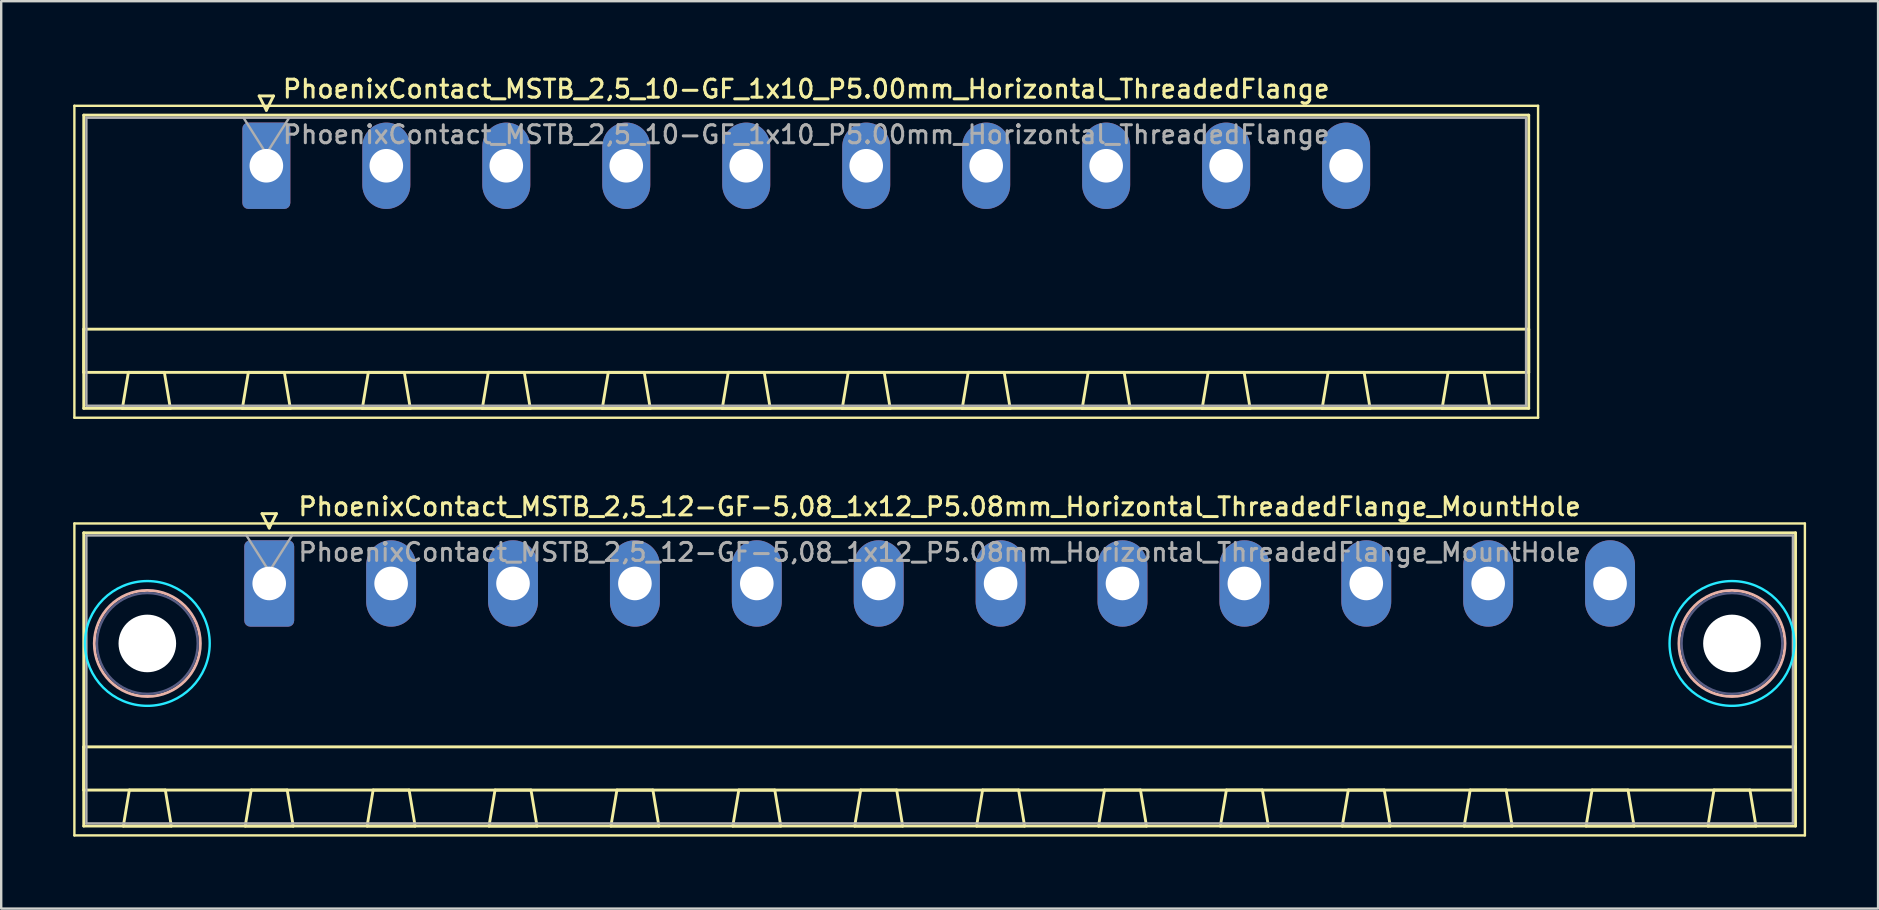
<source format=kicad_pcb>
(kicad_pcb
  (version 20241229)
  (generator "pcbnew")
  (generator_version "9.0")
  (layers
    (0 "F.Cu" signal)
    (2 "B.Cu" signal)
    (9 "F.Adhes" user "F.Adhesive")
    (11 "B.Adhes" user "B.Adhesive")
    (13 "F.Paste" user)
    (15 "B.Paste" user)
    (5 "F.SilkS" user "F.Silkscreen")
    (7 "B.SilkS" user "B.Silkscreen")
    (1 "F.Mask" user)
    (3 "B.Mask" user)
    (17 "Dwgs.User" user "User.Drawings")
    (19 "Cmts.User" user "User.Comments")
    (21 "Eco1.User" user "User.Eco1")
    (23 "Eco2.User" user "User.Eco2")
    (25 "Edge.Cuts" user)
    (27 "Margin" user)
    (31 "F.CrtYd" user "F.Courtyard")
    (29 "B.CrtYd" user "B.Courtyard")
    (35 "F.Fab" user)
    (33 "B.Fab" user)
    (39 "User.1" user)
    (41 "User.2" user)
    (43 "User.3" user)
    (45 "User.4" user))
  (footprint "PhoenixContact_MSTB_2,5_10-GF_1x10_P5.00mm_Horizontal_ThreadedFlange"
    (layer "F.Cu")
    (at 8.05 3.858)
    (property "Reference" "PhoenixContact_MSTB_2,5_10-GF_1x10_P5.00mm_Horizontal_ThreadedFlange" (at 22.5 -3.2 0) (layer "F.SilkS") (effects (font (size 0.75 0.75) (thickness 0.125))))
    (attr through_hole)
    (fp_line (start -8 -2.5) (end -8 10.5) (stroke (width 0.1) (type solid)) (layer "F.SilkS"))
    (fp_line (start -8 10.5) (end 53 10.5) (stroke (width 0.1) (type solid)) (layer "F.SilkS"))
    (fp_line (start -7.61 -2.11) (end -7.61 10.11) (stroke (width 0.12) (type solid)) (layer "F.SilkS"))
    (fp_line (start -7.61 6.81) (end 52.61 6.81) (stroke (width 0.12) (type solid)) (layer "F.SilkS"))
    (fp_line (start -7.61 8.61) (end -7.61 6.81) (stroke (width 0.12) (type solid)) (layer "F.SilkS"))
    (fp_line (start -7.61 10.11) (end 52.61 10.11) (stroke (width 0.12) (type solid)) (layer "F.SilkS"))
    (fp_line (start -6 10.11) (end -4 10.11) (stroke (width 0.12) (type solid)) (layer "F.SilkS"))
    (fp_line (start -5.75 8.61) (end -6 10.11) (stroke (width 0.12) (type solid)) (layer "F.SilkS"))
    (fp_line (start -4.25 8.61) (end -5.75 8.61) (stroke (width 0.12) (type solid)) (layer "F.SilkS"))
    (fp_line (start -4 10.11) (end -4.25 8.61) (stroke (width 0.12) (type solid)) (layer "F.SilkS"))
    (fp_line (start -1 10.11) (end 1 10.11) (stroke (width 0.12) (type solid)) (layer "F.SilkS"))
    (fp_line (start -0.75 8.61) (end -1 10.11) (stroke (width 0.12) (type solid)) (layer "F.SilkS"))
    (fp_line (start -0.3 -2.91) (end 0.3 -2.91) (stroke (width 0.12) (type solid)) (layer "F.SilkS"))
    (fp_line (start 0 -2.31) (end -0.3 -2.91) (stroke (width 0.12) (type solid)) (layer "F.SilkS"))
    (fp_line (start 0.3 -2.91) (end 0 -2.31) (stroke (width 0.12) (type solid)) (layer "F.SilkS"))
    (fp_line (start 0.75 8.61) (end -0.75 8.61) (stroke (width 0.12) (type solid)) (layer "F.SilkS"))
    (fp_line (start 1 10.11) (end 0.75 8.61) (stroke (width 0.12) (type solid)) (layer "F.SilkS"))
    (fp_line (start 4 10.11) (end 6 10.11) (stroke (width 0.12) (type solid)) (layer "F.SilkS"))
    (fp_line (start 4.25 8.61) (end 4 10.11) (stroke (width 0.12) (type solid)) (layer "F.SilkS"))
    (fp_line (start 5.75 8.61) (end 4.25 8.61) (stroke (width 0.12) (type solid)) (layer "F.SilkS"))
    (fp_line (start 6 10.11) (end 5.75 8.61) (stroke (width 0.12) (type solid)) (layer "F.SilkS"))
    (fp_line (start 9 10.11) (end 11 10.11) (stroke (width 0.12) (type solid)) (layer "F.SilkS"))
    (fp_line (start 9.25 8.61) (end 9 10.11) (stroke (width 0.12) (type solid)) (layer "F.SilkS"))
    (fp_line (start 10.75 8.61) (end 9.25 8.61) (stroke (width 0.12) (type solid)) (layer "F.SilkS"))
    (fp_line (start 11 10.11) (end 10.75 8.61) (stroke (width 0.12) (type solid)) (layer "F.SilkS"))
    (fp_line (start 14 10.11) (end 16 10.11) (stroke (width 0.12) (type solid)) (layer "F.SilkS"))
    (fp_line (start 14.25 8.61) (end 14 10.11) (stroke (width 0.12) (type solid)) (layer "F.SilkS"))
    (fp_line (start 15.75 8.61) (end 14.25 8.61) (stroke (width 0.12) (type solid)) (layer "F.SilkS"))
    (fp_line (start 16 10.11) (end 15.75 8.61) (stroke (width 0.12) (type solid)) (layer "F.SilkS"))
    (fp_line (start 19 10.11) (end 21 10.11) (stroke (width 0.12) (type solid)) (layer "F.SilkS"))
    (fp_line (start 19.25 8.61) (end 19 10.11) (stroke (width 0.12) (type solid)) (layer "F.SilkS"))
    (fp_line (start 20.75 8.61) (end 19.25 8.61) (stroke (width 0.12) (type solid)) (layer "F.SilkS"))
    (fp_line (start 21 10.11) (end 20.75 8.61) (stroke (width 0.12) (type solid)) (layer "F.SilkS"))
    (fp_line (start 24 10.11) (end 26 10.11) (stroke (width 0.12) (type solid)) (layer "F.SilkS"))
    (fp_line (start 24.25 8.61) (end 24 10.11) (stroke (width 0.12) (type solid)) (layer "F.SilkS"))
    (fp_line (start 25.75 8.61) (end 24.25 8.61) (stroke (width 0.12) (type solid)) (layer "F.SilkS"))
    (fp_line (start 26 10.11) (end 25.75 8.61) (stroke (width 0.12) (type solid)) (layer "F.SilkS"))
    (fp_line (start 29 10.11) (end 31 10.11) (stroke (width 0.12) (type solid)) (layer "F.SilkS"))
    (fp_line (start 29.25 8.61) (end 29 10.11) (stroke (width 0.12) (type solid)) (layer "F.SilkS"))
    (fp_line (start 30.75 8.61) (end 29.25 8.61) (stroke (width 0.12) (type solid)) (layer "F.SilkS"))
    (fp_line (start 31 10.11) (end 30.75 8.61) (stroke (width 0.12) (type solid)) (layer "F.SilkS"))
    (fp_line (start 34 10.11) (end 36 10.11) (stroke (width 0.12) (type solid)) (layer "F.SilkS"))
    (fp_line (start 34.25 8.61) (end 34 10.11) (stroke (width 0.12) (type solid)) (layer "F.SilkS"))
    (fp_line (start 35.75 8.61) (end 34.25 8.61) (stroke (width 0.12) (type solid)) (layer "F.SilkS"))
    (fp_line (start 36 10.11) (end 35.75 8.61) (stroke (width 0.12) (type solid)) (layer "F.SilkS"))
    (fp_line (start 39 10.11) (end 41 10.11) (stroke (width 0.12) (type solid)) (layer "F.SilkS"))
    (fp_line (start 39.25 8.61) (end 39 10.11) (stroke (width 0.12) (type solid)) (layer "F.SilkS"))
    (fp_line (start 40.75 8.61) (end 39.25 8.61) (stroke (width 0.12) (type solid)) (layer "F.SilkS"))
    (fp_line (start 41 10.11) (end 40.75 8.61) (stroke (width 0.12) (type solid)) (layer "F.SilkS"))
    (fp_line (start 44 10.11) (end 46 10.11) (stroke (width 0.12) (type solid)) (layer "F.SilkS"))
    (fp_line (start 44.25 8.61) (end 44 10.11) (stroke (width 0.12) (type solid)) (layer "F.SilkS"))
    (fp_line (start 45.75 8.61) (end 44.25 8.61) (stroke (width 0.12) (type solid)) (layer "F.SilkS"))
    (fp_line (start 46 10.11) (end 45.75 8.61) (stroke (width 0.12) (type solid)) (layer "F.SilkS"))
    (fp_line (start 49 10.11) (end 51 10.11) (stroke (width 0.12) (type solid)) (layer "F.SilkS"))
    (fp_line (start 49.25 8.61) (end 49 10.11) (stroke (width 0.12) (type solid)) (layer "F.SilkS"))
    (fp_line (start 50.75 8.61) (end 49.25 8.61) (stroke (width 0.12) (type solid)) (layer "F.SilkS"))
    (fp_line (start 51 10.11) (end 50.75 8.61) (stroke (width 0.12) (type solid)) (layer "F.SilkS"))
    (fp_line (start 52.61 -2.11) (end -7.61 -2.11) (stroke (width 0.12) (type solid)) (layer "F.SilkS"))
    (fp_line (start 52.61 6.81) (end 52.61 8.61) (stroke (width 0.12) (type solid)) (layer "F.SilkS"))
    (fp_line (start 52.61 8.61) (end -7.61 8.61) (stroke (width 0.12) (type solid)) (layer "F.SilkS"))
    (fp_line (start 52.61 10.11) (end 52.61 -2.11) (stroke (width 0.12) (type solid)) (layer "F.SilkS"))
    (fp_line (start 53 -2.5) (end -8 -2.5) (stroke (width 0.1) (type solid)) (layer "F.SilkS"))
    (fp_line (start 53 10.5) (end 53 -2.5) (stroke (width 0.1) (type solid)) (layer "F.SilkS"))
    (fp_line (start -7.5 -2) (end -7.5 10) (stroke (width 0.1) (type solid)) (layer "F.Fab"))
    (fp_line (start -7.5 10) (end 52.5 10) (stroke (width 0.1) (type solid)) (layer "F.Fab"))
    (fp_line (start 0 -0.5) (end -0.95 -2) (stroke (width 0.1) (type solid)) (layer "F.Fab"))
    (fp_line (start 0.95 -2) (end 0 -0.5) (stroke (width 0.1) (type solid)) (layer "F.Fab"))
    (fp_line (start 52.5 -2) (end -7.5 -2) (stroke (width 0.1) (type solid)) (layer "F.Fab"))
    (fp_line (start 52.5 10) (end 52.5 -2) (stroke (width 0.1) (type solid)) (layer "F.Fab"))
    (fp_text user "${REFERENCE}" (at 22.5 -1.3 0) (layer "F.Fab") (effects (font (size 0.75 0.75) (thickness 0.125))))
    (pad "1" thru_hole roundrect (at 0 0) (size 2 3.6) (drill 1.4) (layers "*.Cu" "*.Mask") (roundrect_rratio 0.125))
    (pad "2" thru_hole oval (at 5 0) (size 2 3.6) (drill 1.4) (layers "*.Cu" "*.Mask"))
    (pad "3" thru_hole oval (at 10 0) (size 2 3.6) (drill 1.4) (layers "*.Cu" "*.Mask"))
    (pad "4" thru_hole oval (at 15 0) (size 2 3.6) (drill 1.4) (layers "*.Cu" "*.Mask"))
    (pad "5" thru_hole oval (at 20 0) (size 2 3.6) (drill 1.4) (layers "*.Cu" "*.Mask"))
    (pad "6" thru_hole oval (at 25 0) (size 2 3.6) (drill 1.4) (layers "*.Cu" "*.Mask"))
    (pad "7" thru_hole oval (at 30 0) (size 2 3.6) (drill 1.4) (layers "*.Cu" "*.Mask"))
    (pad "8" thru_hole oval (at 35 0) (size 2 3.6) (drill 1.4) (layers "*.Cu" "*.Mask"))
    (pad "9" thru_hole oval (at 40 0) (size 2 3.6) (drill 1.4) (layers "*.Cu" "*.Mask"))
    (pad "10" thru_hole oval (at 45 0) (size 2 3.6) (drill 1.4) (layers "*.Cu" "*.Mask")))
  (footprint "PhoenixContact_MSTB_2,5_12-GF-5,08_1x12_P5.08mm_Horizontal_ThreadedFlange_MountHole"
    (layer "F.Cu")
    (at 8.17 21.266)
    (property "Reference" "PhoenixContact_MSTB_2,5_12-GF-5,08_1x12_P5.08mm_Horizontal_ThreadedFlange_MountHole" (at 27.94 -3.2 0) (layer "F.SilkS") (effects (font (size 0.75 0.75) (thickness 0.125))))
    (attr through_hole)
    (fp_line (start -8.12 -2.5) (end -8.12 10.5) (stroke (width 0.1) (type solid)) (layer "F.SilkS"))
    (fp_line (start -8.12 10.5) (end 64 10.5) (stroke (width 0.1) (type solid)) (layer "F.SilkS"))
    (fp_line (start -7.73 -2.11) (end -7.73 10.11) (stroke (width 0.12) (type solid)) (layer "F.SilkS"))
    (fp_line (start -7.73 6.81) (end 63.61 6.81) (stroke (width 0.12) (type solid)) (layer "F.SilkS"))
    (fp_line (start -7.73 8.61) (end -7.73 6.81) (stroke (width 0.12) (type solid)) (layer "F.SilkS"))
    (fp_line (start -7.73 10.11) (end 63.61 10.11) (stroke (width 0.12) (type solid)) (layer "F.SilkS"))
    (fp_line (start -6.08 10.11) (end -4.08 10.11) (stroke (width 0.12) (type solid)) (layer "F.SilkS"))
    (fp_line (start -5.83 8.61) (end -6.08 10.11) (stroke (width 0.12) (type solid)) (layer "F.SilkS"))
    (fp_line (start -4.33 8.61) (end -5.83 8.61) (stroke (width 0.12) (type solid)) (layer "F.SilkS"))
    (fp_line (start -4.08 10.11) (end -4.33 8.61) (stroke (width 0.12) (type solid)) (layer "F.SilkS"))
    (fp_line (start -1 10.11) (end 1 10.11) (stroke (width 0.12) (type solid)) (layer "F.SilkS"))
    (fp_line (start -0.75 8.61) (end -1 10.11) (stroke (width 0.12) (type solid)) (layer "F.SilkS"))
    (fp_line (start -0.3 -2.91) (end 0.3 -2.91) (stroke (width 0.12) (type solid)) (layer "F.SilkS"))
    (fp_line (start 0 -2.31) (end -0.3 -2.91) (stroke (width 0.12) (type solid)) (layer "F.SilkS"))
    (fp_line (start 0.3 -2.91) (end 0 -2.31) (stroke (width 0.12) (type solid)) (layer "F.SilkS"))
    (fp_line (start 0.75 8.61) (end -0.75 8.61) (stroke (width 0.12) (type solid)) (layer "F.SilkS"))
    (fp_line (start 1 10.11) (end 0.75 8.61) (stroke (width 0.12) (type solid)) (layer "F.SilkS"))
    (fp_line (start 4.08 10.11) (end 6.08 10.11) (stroke (width 0.12) (type solid)) (layer "F.SilkS"))
    (fp_line (start 4.33 8.61) (end 4.08 10.11) (stroke (width 0.12) (type solid)) (layer "F.SilkS"))
    (fp_line (start 5.83 8.61) (end 4.33 8.61) (stroke (width 0.12) (type solid)) (layer "F.SilkS"))
    (fp_line (start 6.08 10.11) (end 5.83 8.61) (stroke (width 0.12) (type solid)) (layer "F.SilkS"))
    (fp_line (start 9.16 10.11) (end 11.16 10.11) (stroke (width 0.12) (type solid)) (layer "F.SilkS"))
    (fp_line (start 9.41 8.61) (end 9.16 10.11) (stroke (width 0.12) (type solid)) (layer "F.SilkS"))
    (fp_line (start 10.91 8.61) (end 9.41 8.61) (stroke (width 0.12) (type solid)) (layer "F.SilkS"))
    (fp_line (start 11.16 10.11) (end 10.91 8.61) (stroke (width 0.12) (type solid)) (layer "F.SilkS"))
    (fp_line (start 14.24 10.11) (end 16.24 10.11) (stroke (width 0.12) (type solid)) (layer "F.SilkS"))
    (fp_line (start 14.49 8.61) (end 14.24 10.11) (stroke (width 0.12) (type solid)) (layer "F.SilkS"))
    (fp_line (start 15.99 8.61) (end 14.49 8.61) (stroke (width 0.12) (type solid)) (layer "F.SilkS"))
    (fp_line (start 16.24 10.11) (end 15.99 8.61) (stroke (width 0.12) (type solid)) (layer "F.SilkS"))
    (fp_line (start 19.32 10.11) (end 21.32 10.11) (stroke (width 0.12) (type solid)) (layer "F.SilkS"))
    (fp_line (start 19.57 8.61) (end 19.32 10.11) (stroke (width 0.12) (type solid)) (layer "F.SilkS"))
    (fp_line (start 21.07 8.61) (end 19.57 8.61) (stroke (width 0.12) (type solid)) (layer "F.SilkS"))
    (fp_line (start 21.32 10.11) (end 21.07 8.61) (stroke (width 0.12) (type solid)) (layer "F.SilkS"))
    (fp_line (start 24.4 10.11) (end 26.4 10.11) (stroke (width 0.12) (type solid)) (layer "F.SilkS"))
    (fp_line (start 24.65 8.61) (end 24.4 10.11) (stroke (width 0.12) (type solid)) (layer "F.SilkS"))
    (fp_line (start 26.15 8.61) (end 24.65 8.61) (stroke (width 0.12) (type solid)) (layer "F.SilkS"))
    (fp_line (start 26.4 10.11) (end 26.15 8.61) (stroke (width 0.12) (type solid)) (layer "F.SilkS"))
    (fp_line (start 29.48 10.11) (end 31.48 10.11) (stroke (width 0.12) (type solid)) (layer "F.SilkS"))
    (fp_line (start 29.73 8.61) (end 29.48 10.11) (stroke (width 0.12) (type solid)) (layer "F.SilkS"))
    (fp_line (start 31.23 8.61) (end 29.73 8.61) (stroke (width 0.12) (type solid)) (layer "F.SilkS"))
    (fp_line (start 31.48 10.11) (end 31.23 8.61) (stroke (width 0.12) (type solid)) (layer "F.SilkS"))
    (fp_line (start 34.56 10.11) (end 36.56 10.11) (stroke (width 0.12) (type solid)) (layer "F.SilkS"))
    (fp_line (start 34.81 8.61) (end 34.56 10.11) (stroke (width 0.12) (type solid)) (layer "F.SilkS"))
    (fp_line (start 36.31 8.61) (end 34.81 8.61) (stroke (width 0.12) (type solid)) (layer "F.SilkS"))
    (fp_line (start 36.56 10.11) (end 36.31 8.61) (stroke (width 0.12) (type solid)) (layer "F.SilkS"))
    (fp_line (start 39.64 10.11) (end 41.64 10.11) (stroke (width 0.12) (type solid)) (layer "F.SilkS"))
    (fp_line (start 39.89 8.61) (end 39.64 10.11) (stroke (width 0.12) (type solid)) (layer "F.SilkS"))
    (fp_line (start 41.39 8.61) (end 39.89 8.61) (stroke (width 0.12) (type solid)) (layer "F.SilkS"))
    (fp_line (start 41.64 10.11) (end 41.39 8.61) (stroke (width 0.12) (type solid)) (layer "F.SilkS"))
    (fp_line (start 44.72 10.11) (end 46.72 10.11) (stroke (width 0.12) (type solid)) (layer "F.SilkS"))
    (fp_line (start 44.97 8.61) (end 44.72 10.11) (stroke (width 0.12) (type solid)) (layer "F.SilkS"))
    (fp_line (start 46.47 8.61) (end 44.97 8.61) (stroke (width 0.12) (type solid)) (layer "F.SilkS"))
    (fp_line (start 46.72 10.11) (end 46.47 8.61) (stroke (width 0.12) (type solid)) (layer "F.SilkS"))
    (fp_line (start 49.8 10.11) (end 51.8 10.11) (stroke (width 0.12) (type solid)) (layer "F.SilkS"))
    (fp_line (start 50.05 8.61) (end 49.8 10.11) (stroke (width 0.12) (type solid)) (layer "F.SilkS"))
    (fp_line (start 51.55 8.61) (end 50.05 8.61) (stroke (width 0.12) (type solid)) (layer "F.SilkS"))
    (fp_line (start 51.8 10.11) (end 51.55 8.61) (stroke (width 0.12) (type solid)) (layer "F.SilkS"))
    (fp_line (start 54.88 10.11) (end 56.88 10.11) (stroke (width 0.12) (type solid)) (layer "F.SilkS"))
    (fp_line (start 55.13 8.61) (end 54.88 10.11) (stroke (width 0.12) (type solid)) (layer "F.SilkS"))
    (fp_line (start 56.63 8.61) (end 55.13 8.61) (stroke (width 0.12) (type solid)) (layer "F.SilkS"))
    (fp_line (start 56.88 10.11) (end 56.63 8.61) (stroke (width 0.12) (type solid)) (layer "F.SilkS"))
    (fp_line (start 59.96 10.11) (end 61.96 10.11) (stroke (width 0.12) (type solid)) (layer "F.SilkS"))
    (fp_line (start 60.21 8.61) (end 59.96 10.11) (stroke (width 0.12) (type solid)) (layer "F.SilkS"))
    (fp_line (start 61.71 8.61) (end 60.21 8.61) (stroke (width 0.12) (type solid)) (layer "F.SilkS"))
    (fp_line (start 61.96 10.11) (end 61.71 8.61) (stroke (width 0.12) (type solid)) (layer "F.SilkS"))
    (fp_line (start 63.61 -2.11) (end -7.73 -2.11) (stroke (width 0.12) (type solid)) (layer "F.SilkS"))
    (fp_line (start 63.61 6.81) (end 63.61 8.61) (stroke (width 0.12) (type solid)) (layer "F.SilkS"))
    (fp_line (start 63.61 8.61) (end -7.73 8.61) (stroke (width 0.12) (type solid)) (layer "F.SilkS"))
    (fp_line (start 63.61 10.11) (end 63.61 -2.11) (stroke (width 0.12) (type solid)) (layer "F.SilkS"))
    (fp_line (start 64 -2.5) (end -8.12 -2.5) (stroke (width 0.1) (type solid)) (layer "F.SilkS"))
    (fp_line (start 64 10.5) (end 64 -2.5) (stroke (width 0.1) (type solid)) (layer "F.SilkS"))
    (fp_circle (center -5.08 2.5) (end -2.87 2.5) (stroke (width 0.12) (type solid)) (fill no) (layer "B.SilkS"))
    (fp_circle (center 60.96 2.5) (end 63.17 2.5) (stroke (width 0.12) (type solid)) (fill no) (layer "B.SilkS"))
    (fp_circle (center -5.08 2.5) (end -2.48 2.5) (stroke (width 0.1) (type solid)) (fill no) (layer "B.CrtYd"))
    (fp_circle (center 60.96 2.5) (end 63.56 2.5) (stroke (width 0.1) (type solid)) (fill no) (layer "B.CrtYd"))
    (fp_circle (center -5.08 2.5) (end -2.98 2.5) (stroke (width 0.1) (type solid)) (fill no) (layer "B.Fab"))
    (fp_circle (center 60.96 2.5) (end 63.06 2.5) (stroke (width 0.1) (type solid)) (fill no) (layer "B.Fab"))
    (fp_line (start -7.62 -2) (end -7.62 10) (stroke (width 0.1) (type solid)) (layer "F.Fab"))
    (fp_line (start -7.62 10) (end 63.5 10) (stroke (width 0.1) (type solid)) (layer "F.Fab"))
    (fp_line (start 0 -0.5) (end -0.95 -2) (stroke (width 0.1) (type solid)) (layer "F.Fab"))
    (fp_line (start 0.95 -2) (end 0 -0.5) (stroke (width 0.1) (type solid)) (layer "F.Fab"))
    (fp_line (start 63.5 -2) (end -7.62 -2) (stroke (width 0.1) (type solid)) (layer "F.Fab"))
    (fp_line (start 63.5 10) (end 63.5 -2) (stroke (width 0.1) (type solid)) (layer "F.Fab"))
    (fp_text user "${REFERENCE}" (at 27.94 -1.3 0) (layer "F.Fab") (effects (font (size 0.75 0.75) (thickness 0.125))))
    (pad "" np_thru_hole circle (at -5.08 2.5) (size 2.4 2.4) (drill 2.4) (layers "*.Cu" "*.Mask"))
    (pad "" np_thru_hole circle (at 60.96 2.5) (size 2.4 2.4) (drill 2.4) (layers "*.Cu" "*.Mask"))
    (pad "1" thru_hole roundrect (at 0 0) (size 2.08 3.6) (drill 1.4) (layers "*.Cu" "*.Mask") (roundrect_rratio 0.12))
    (pad "2" thru_hole oval (at 5.08 0) (size 2.08 3.6) (drill 1.4) (layers "*.Cu" "*.Mask"))
    (pad "3" thru_hole oval (at 10.16 0) (size 2.08 3.6) (drill 1.4) (layers "*.Cu" "*.Mask"))
    (pad "4" thru_hole oval (at 15.24 0) (size 2.08 3.6) (drill 1.4) (layers "*.Cu" "*.Mask"))
    (pad "5" thru_hole oval (at 20.32 0) (size 2.08 3.6) (drill 1.4) (layers "*.Cu" "*.Mask"))
    (pad "6" thru_hole oval (at 25.4 0) (size 2.08 3.6) (drill 1.4) (layers "*.Cu" "*.Mask"))
    (pad "7" thru_hole oval (at 30.48 0) (size 2.08 3.6) (drill 1.4) (layers "*.Cu" "*.Mask"))
    (pad "8" thru_hole oval (at 35.56 0) (size 2.08 3.6) (drill 1.4) (layers "*.Cu" "*.Mask"))
    (pad "9" thru_hole oval (at 40.64 0) (size 2.08 3.6) (drill 1.4) (layers "*.Cu" "*.Mask"))
    (pad "10" thru_hole oval (at 45.72 0) (size 2.08 3.6) (drill 1.4) (layers "*.Cu" "*.Mask"))
    (pad "11" thru_hole oval (at 50.8 0) (size 2.08 3.6) (drill 1.4) (layers "*.Cu" "*.Mask"))
    (pad "12" thru_hole oval (at 55.88 0) (size 2.08 3.6) (drill 1.4) (layers "*.Cu" "*.Mask")))
  (gr_rect
    (start -3 -3)
    (end 75.22 34.816)
    (stroke (width 0.1) (type default))
    (fill no)
    (layer "Edge.Cuts")))
</source>
